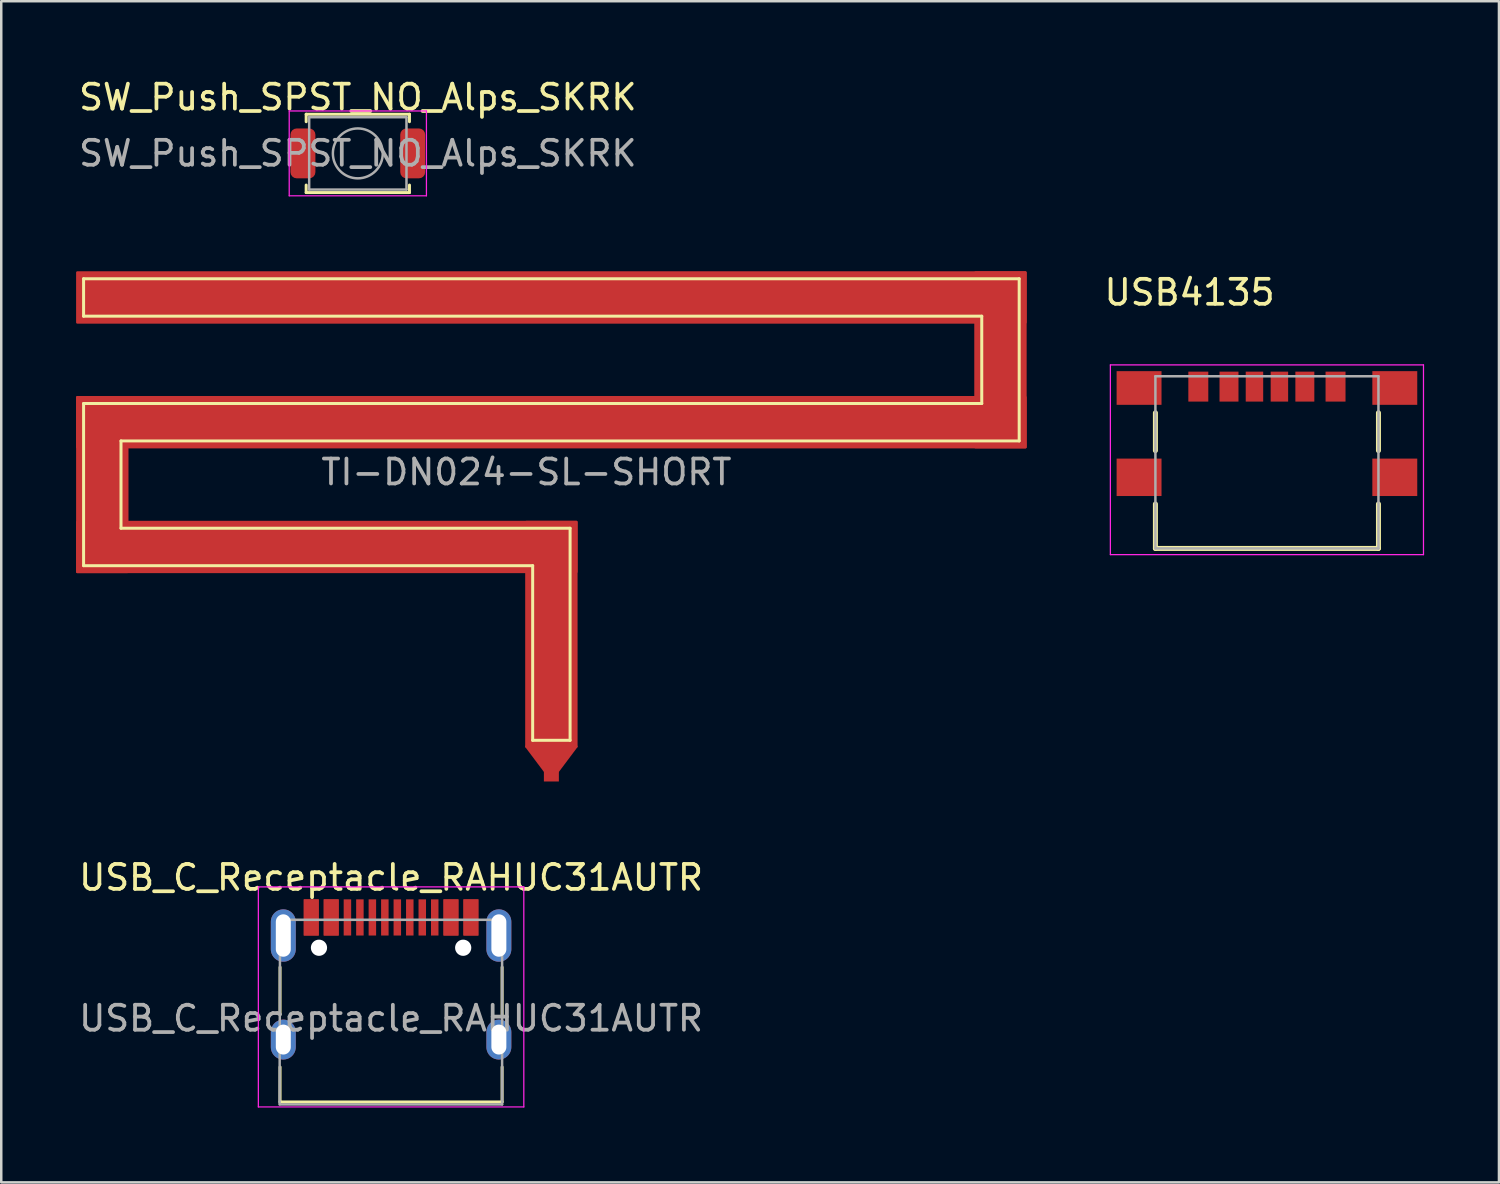
<source format=kicad_pcb>
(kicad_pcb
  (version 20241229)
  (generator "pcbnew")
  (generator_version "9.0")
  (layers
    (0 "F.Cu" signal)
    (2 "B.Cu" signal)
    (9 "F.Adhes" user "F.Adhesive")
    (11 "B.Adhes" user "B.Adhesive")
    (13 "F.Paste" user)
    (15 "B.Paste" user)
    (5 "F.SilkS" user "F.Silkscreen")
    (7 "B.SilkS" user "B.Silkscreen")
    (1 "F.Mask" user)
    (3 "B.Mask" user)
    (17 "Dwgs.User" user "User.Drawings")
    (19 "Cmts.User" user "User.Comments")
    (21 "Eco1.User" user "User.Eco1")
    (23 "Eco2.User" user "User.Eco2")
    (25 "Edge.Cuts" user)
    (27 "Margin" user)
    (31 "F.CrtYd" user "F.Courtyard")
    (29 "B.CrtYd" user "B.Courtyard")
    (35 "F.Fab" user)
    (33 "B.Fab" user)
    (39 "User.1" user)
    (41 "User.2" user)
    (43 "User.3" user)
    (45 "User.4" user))
  (footprint "TI-DN024-SL-SHORT"
    (layer "F.Cu")
    (at 19.05 13.873)
    (property "Reference" "TI-DN024-SL-SHORT" (at -1 2 0) (layer "F.Fab") (effects (font (size 1 1) (thickness 0.15))))
    (attr through_hole)
    (fp_poly (pts (xy -19 -4) (xy 19 -4) (xy 19 -6) (xy -19 -6)) (stroke (width 0.1) (type solid)) (fill yes) (layer "F.Cu"))
    (fp_poly (pts (xy -19 -1) (xy -19 6) (xy -17 6) (xy -17 -1)) (stroke (width 0.1) (type solid)) (fill yes) (layer "F.Cu"))
    (fp_poly (pts (xy -19 6) (xy 1 6) (xy 1 4) (xy -19 4)) (stroke (width 0.1) (type solid)) (fill yes) (layer "F.Cu"))
    (fp_poly (pts (xy 1 13) (xy -1 13) (xy -1 4) (xy 1 4)) (stroke (width 0.1) (type solid)) (fill yes) (layer "F.Cu"))
    (fp_poly (pts (xy 1 13) (xy -1 13) (xy -0.25 14) (xy 0.25 14)) (stroke (width 0.1) (type solid)) (fill yes) (layer "F.Cu"))
    (fp_poly (pts (xy 19 -6) (xy 19 1) (xy 17 1) (xy 17 -6)) (stroke (width 0.1) (type solid)) (fill yes) (layer "F.Cu"))
    (fp_poly (pts (xy 19 1) (xy -19 1) (xy -19 -1) (xy 19 -1)) (stroke (width 0.1) (type solid)) (fill yes) (layer "F.Cu"))
    (fp_line (start -18.75 -5.75) (end 18.75 -5.75) (stroke (width 0.12) (type solid)) (layer "F.SilkS"))
    (fp_line (start -18.75 -4.25) (end -18.75 -5.75) (stroke (width 0.12) (type solid)) (layer "F.SilkS"))
    (fp_line (start -18.75 -0.75) (end 17.25 -0.75) (stroke (width 0.12) (type solid)) (layer "F.SilkS"))
    (fp_line (start -18.75 5.75) (end -18.75 -0.75) (stroke (width 0.12) (type solid)) (layer "F.SilkS"))
    (fp_line (start -17.25 0.75) (end -17.25 4.25) (stroke (width 0.12) (type solid)) (layer "F.SilkS"))
    (fp_line (start -17.25 4.25) (end 0.75 4.25) (stroke (width 0.12) (type solid)) (layer "F.SilkS"))
    (fp_line (start -0.75 5.75) (end -18.75 5.75) (stroke (width 0.12) (type solid)) (layer "F.SilkS"))
    (fp_line (start -0.75 12.75) (end -0.75 5.75) (stroke (width 0.12) (type solid)) (layer "F.SilkS"))
    (fp_line (start 0.75 4.25) (end 0.75 12.75) (stroke (width 0.12) (type solid)) (layer "F.SilkS"))
    (fp_line (start 0.75 12.75) (end -0.75 12.75) (stroke (width 0.12) (type solid)) (layer "F.SilkS"))
    (fp_line (start 17.25 -4.25) (end -18.75 -4.25) (stroke (width 0.12) (type solid)) (layer "F.SilkS"))
    (fp_line (start 17.25 -0.75) (end 17.25 -4.25) (stroke (width 0.12) (type solid)) (layer "F.SilkS"))
    (fp_line (start 18.75 -5.75) (end 18.75 0.75) (stroke (width 0.12) (type solid)) (layer "F.SilkS"))
    (fp_line (start 18.75 0.75) (end -17.25 0.75) (stroke (width 0.12) (type solid)) (layer "F.SilkS"))
    (pad "1" smd rect (at 0 14.2) (size 0.6 0.4) (layers "F.Cu")))
  (footprint "USB4135"
    (layer "F.Cu")
    (at 47.73 16.081)
    (property "Reference" "USB4135" (at -3.1 -7.41 0) (layer "F.SilkS") (effects (font (size 1 1) (thickness 0.15))))
    (attr smd)
    (fp_line (start -4.47 -2.585) (end -4.47 -1.07) (stroke (width 0.2) (type solid)) (layer "F.SilkS"))
    (fp_line (start -4.47 2.85) (end -4.47 1.07) (stroke (width 0.2) (type solid)) (layer "F.SilkS"))
    (fp_line (start 4.47 -2.585) (end 4.47 -1.07) (stroke (width 0.2) (type solid)) (layer "F.SilkS"))
    (fp_line (start 4.47 2.85) (end -4.47 2.85) (stroke (width 0.2) (type solid)) (layer "F.SilkS"))
    (fp_line (start 4.47 2.85) (end 4.47 1.07) (stroke (width 0.2) (type solid)) (layer "F.SilkS"))
    (fp_line (start -6.275 -4.505) (end -6.275 3.1) (stroke (width 0.05) (type solid)) (layer "F.CrtYd"))
    (fp_line (start -6.275 3.1) (end 6.275 3.1) (stroke (width 0.05) (type solid)) (layer "F.CrtYd"))
    (fp_line (start 6.275 -4.505) (end -6.275 -4.505) (stroke (width 0.05) (type solid)) (layer "F.CrtYd"))
    (fp_line (start 6.275 3.1) (end 6.275 -4.505) (stroke (width 0.05) (type solid)) (layer "F.CrtYd"))
    (fp_line (start -4.47 -4.05) (end 4.47 -4.05) (stroke (width 0.1) (type solid)) (layer "F.Fab"))
    (fp_line (start -4.47 2.85) (end -4.47 -4.05) (stroke (width 0.1) (type solid)) (layer "F.Fab"))
    (fp_line (start 4.47 -4.05) (end 4.47 2.85) (stroke (width 0.1) (type solid)) (layer "F.Fab"))
    (fp_line (start 4.47 2.85) (end -4.47 2.85) (stroke (width 0.1) (type solid)) (layer "F.Fab"))
    (pad "A5" smd rect (at -0.5 -3.635) (size 0.7 1.2) (layers "F.Cu" "F.Mask" "F.Paste"))
    (pad "A9" smd rect (at 1.52 -3.635) (size 0.76 1.2) (layers "F.Cu" "F.Mask" "F.Paste"))
    (pad "A12" smd rect (at 2.75 -3.635) (size 0.8 1.2) (layers "F.Cu" "F.Mask" "F.Paste"))
    (pad "B5" smd rect (at 0.5 -3.635) (size 0.7 1.2) (layers "F.Cu" "F.Mask" "F.Paste"))
    (pad "B9" smd rect (at -1.52 -3.635) (size 0.76 1.2) (layers "F.Cu" "F.Mask" "F.Paste"))
    (pad "B12" smd rect (at -2.75 -3.635) (size 0.8 1.2) (layers "F.Cu" "F.Mask" "F.Paste"))
    (pad "S1" smd rect (at -5.125 -3.58) (size 1.8 1.35) (layers "F.Cu" "F.Mask" "F.Paste"))
    (pad "S2" smd rect (at -5.125 0) (size 1.8 1.5) (layers "F.Cu" "F.Mask" "F.Paste"))
    (pad "S3" smd rect (at 5.125 0) (size 1.8 1.5) (layers "F.Cu" "F.Mask" "F.Paste"))
    (pad "S4" smd rect (at 5.125 -3.58) (size 1.8 1.35) (layers "F.Cu" "F.Mask" "F.Paste")))
  (footprint "USB_C_Receptacle_RAHUC31AUTR"
    (layer "F.Cu")
    (at 12.625 38.617)
    (property "Reference" "USB_C_Receptacle_RAHUC31AUTR" (at 0 -6.495 0) (layer "F.SilkS") (effects (font (size 1 1) (thickness 0.15))))
    (attr smd)
    (fp_line (start -4.45 -2.9) (end -4.45 -1) (stroke (width 0.12) (type solid)) (layer "F.SilkS"))
    (fp_line (start -4.45 1.1) (end -4.45 2.5) (stroke (width 0.12) (type solid)) (layer "F.SilkS"))
    (fp_line (start -4.45 2.5) (end 4.45 2.5) (stroke (width 0.12) (type solid)) (layer "F.SilkS"))
    (fp_line (start 4.45 -2.9) (end 4.45 -1) (stroke (width 0.12) (type solid)) (layer "F.SilkS"))
    (fp_line (start 4.45 1.1) (end 4.45 2.5) (stroke (width 0.12) (type solid)) (layer "F.SilkS"))
    (fp_line (start -5.32 -6.12) (end -5.32 2.7) (stroke (width 0.05) (type solid)) (layer "F.CrtYd"))
    (fp_line (start -5.32 -6.12) (end 5.32 -6.12) (stroke (width 0.05) (type solid)) (layer "F.CrtYd"))
    (fp_line (start -5.32 2.7) (end 5.32 2.7) (stroke (width 0.05) (type solid)) (layer "F.CrtYd"))
    (fp_line (start 5.32 -6.12) (end 5.32 2.7) (stroke (width 0.05) (type solid)) (layer "F.CrtYd"))
    (fp_line (start -4.45 -4.8) (end -4.47 2.6) (stroke (width 0.1) (type solid)) (layer "F.Fab"))
    (fp_line (start -4.45 -4.8) (end 4.45 -4.8) (stroke (width 0.1) (type solid)) (layer "F.Fab"))
    (fp_line (start -4.45 2.6) (end 4.45 2.6) (stroke (width 0.1) (type solid)) (layer "F.Fab"))
    (fp_line (start 4.45 -4.8) (end 4.45 2.6) (stroke (width 0.1) (type solid)) (layer "F.Fab"))
    (fp_text user "${REFERENCE}" (at 0 -0.85 0) (layer "F.Fab") (effects (font (size 1 1) (thickness 0.15))))
    (pad "" np_thru_hole circle (at -2.89 -3.68) (size 0.65 0.65) (drill 0.65) (layers "*.Cu" "*.Mask"))
    (pad "" np_thru_hole circle (at 2.89 -3.68) (size 0.65 0.65) (drill 0.65) (layers "*.Cu" "*.Mask"))
    (pad "A1" smd rect (at -3.2 -4.895) (size 0.6 1.45) (layers "F.Cu" "F.Mask" "F.Paste"))
    (pad "A4" smd rect (at -2.4 -4.895) (size 0.6 1.45) (layers "F.Cu" "F.Mask" "F.Paste"))
    (pad "A5" smd rect (at -1.25 -4.895) (size 0.3 1.45) (layers "F.Cu" "F.Mask" "F.Paste"))
    (pad "A6" smd rect (at -0.25 -4.895) (size 0.3 1.45) (layers "F.Cu" "F.Mask" "F.Paste"))
    (pad "A7" smd rect (at 0.25 -4.895) (size 0.3 1.45) (layers "F.Cu" "F.Mask" "F.Paste"))
    (pad "A8" smd rect (at 1.25 -4.895) (size 0.3 1.45) (layers "F.Cu" "F.Mask" "F.Paste"))
    (pad "A9" smd rect (at 2.4 -4.895) (size 0.6 1.45) (layers "F.Cu" "F.Mask" "F.Paste"))
    (pad "A12" smd rect (at 3.2 -4.895) (size 0.6 1.45) (layers "F.Cu" "F.Mask" "F.Paste"))
    (pad "B1" smd rect (at 3.2 -4.895) (size 0.6 1.45) (layers "F.Cu" "F.Mask" "F.Paste"))
    (pad "B4" smd rect (at 2.4 -4.895) (size 0.6 1.45) (layers "F.Cu" "F.Mask" "F.Paste"))
    (pad "B5" smd rect (at 1.75 -4.895) (size 0.3 1.45) (layers "F.Cu" "F.Mask" "F.Paste"))
    (pad "B6" smd rect (at 0.75 -4.895) (size 0.3 1.45) (layers "F.Cu" "F.Mask" "F.Paste"))
    (pad "B7" smd rect (at -0.75 -4.895) (size 0.3 1.45) (layers "F.Cu" "F.Mask" "F.Paste"))
    (pad "B8" smd rect (at -1.75 -4.895) (size 0.3 1.45) (layers "F.Cu" "F.Mask" "F.Paste"))
    (pad "B9" smd rect (at -2.4 -4.895) (size 0.6 1.45) (layers "F.Cu" "F.Mask" "F.Paste"))
    (pad "B12" smd rect (at -3.2 -4.895) (size 0.6 1.45) (layers "F.Cu" "F.Mask" "F.Paste"))
    (pad "S1" thru_hole oval (at -4.32 -4.17) (size 1 2.1) (drill oval 0.6 1.7) (layers "*.Cu" "*.Mask"))
    (pad "S1" thru_hole oval (at -4.32 0) (size 1 1.6) (drill oval 0.6 1.2) (layers "*.Cu" "*.Mask"))
    (pad "S1" thru_hole oval (at 4.32 -4.17) (size 1 2.1) (drill oval 0.6 1.7) (layers "*.Cu" "*.Mask"))
    (pad "S1" thru_hole oval (at 4.32 0) (size 1 1.6) (drill oval 0.6 1.2) (layers "*.Cu" "*.Mask")))
  (footprint "SW_Push_SPST_NO_Alps_SKRK"
    (layer "F.Cu")
    (at 11.292 3.098)
    (property "Reference" "SW_Push_SPST_NO_Alps_SKRK" (at 0 -2.25 0) (layer "F.SilkS") (effects (font (size 1 1) (thickness 0.15))))
    (attr smd)
    (fp_line (start -2.07 -1.57) (end 2.07 -1.57) (stroke (width 0.12) (type solid)) (layer "F.SilkS"))
    (fp_line (start -2.07 -1.27) (end -2.07 -1.57) (stroke (width 0.12) (type solid)) (layer "F.SilkS"))
    (fp_line (start -2.07 1.57) (end -2.07 1.27) (stroke (width 0.12) (type solid)) (layer "F.SilkS"))
    (fp_line (start 2.07 -1.57) (end 2.07 -1.27) (stroke (width 0.12) (type solid)) (layer "F.SilkS"))
    (fp_line (start 2.07 1.27) (end 2.07 1.57) (stroke (width 0.12) (type solid)) (layer "F.SilkS"))
    (fp_line (start 2.07 1.57) (end -2.07 1.57) (stroke (width 0.12) (type solid)) (layer "F.SilkS"))
    (fp_line (start -2.75 -1.7) (end 2.75 -1.7) (stroke (width 0.05) (type solid)) (layer "F.CrtYd"))
    (fp_line (start -2.75 1.7) (end -2.75 -1.7) (stroke (width 0.05) (type solid)) (layer "F.CrtYd"))
    (fp_line (start 2.75 -1.7) (end 2.75 1.7) (stroke (width 0.05) (type solid)) (layer "F.CrtYd"))
    (fp_line (start 2.75 1.7) (end -2.75 1.7) (stroke (width 0.05) (type solid)) (layer "F.CrtYd"))
    (fp_line (start -1.95 -1.45) (end 1.95 -1.45) (stroke (width 0.1) (type solid)) (layer "F.Fab"))
    (fp_line (start -1.95 1.45) (end -1.95 -1.45) (stroke (width 0.1) (type solid)) (layer "F.Fab"))
    (fp_line (start 1.95 -1.45) (end 1.95 1.45) (stroke (width 0.1) (type solid)) (layer "F.Fab"))
    (fp_line (start 1.95 1.45) (end -1.95 1.45) (stroke (width 0.1) (type solid)) (layer "F.Fab"))
    (fp_circle (center 0 0) (end 1 0) (stroke (width 0.1) (type solid)) (fill no) (layer "F.Fab"))
    (fp_text user "${REFERENCE}" (at 0 0 0) (layer "F.Fab") (effects (font (size 1 1) (thickness 0.15))))
    (pad "1" smd roundrect (at -2.2 0) (size 1 2) (layers "F.Cu" "F.Mask" "F.Paste") (roundrect_rratio 0.25))
    (pad "2" smd roundrect (at 2.2 0) (size 1 2) (layers "F.Cu" "F.Mask" "F.Paste") (roundrect_rratio 0.25)))
  (gr_rect
    (start -3 -3)
    (end 57.03 44.342)
    (stroke (width 0.1) (type default))
    (fill no)
    (layer "Edge.Cuts")))
</source>
